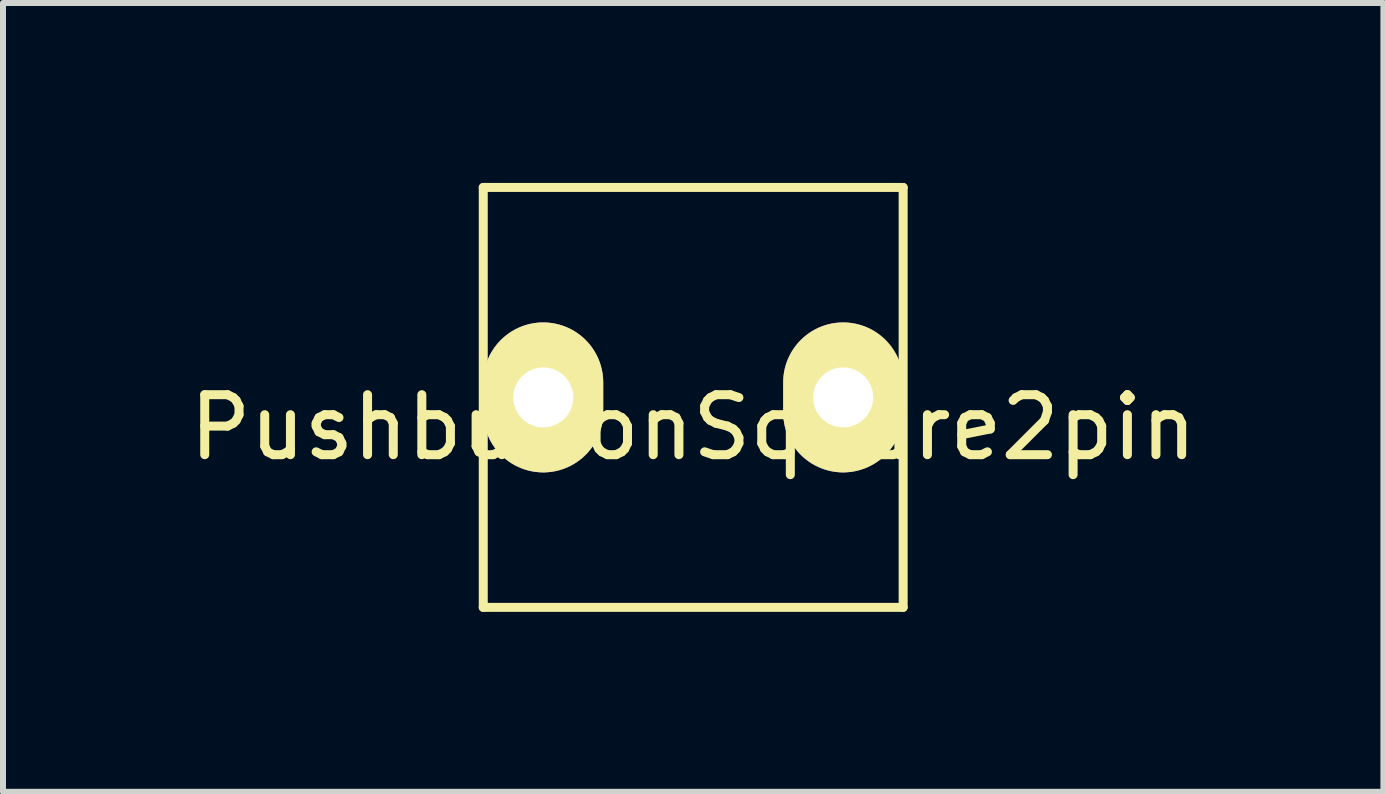
<source format=kicad_pcb>
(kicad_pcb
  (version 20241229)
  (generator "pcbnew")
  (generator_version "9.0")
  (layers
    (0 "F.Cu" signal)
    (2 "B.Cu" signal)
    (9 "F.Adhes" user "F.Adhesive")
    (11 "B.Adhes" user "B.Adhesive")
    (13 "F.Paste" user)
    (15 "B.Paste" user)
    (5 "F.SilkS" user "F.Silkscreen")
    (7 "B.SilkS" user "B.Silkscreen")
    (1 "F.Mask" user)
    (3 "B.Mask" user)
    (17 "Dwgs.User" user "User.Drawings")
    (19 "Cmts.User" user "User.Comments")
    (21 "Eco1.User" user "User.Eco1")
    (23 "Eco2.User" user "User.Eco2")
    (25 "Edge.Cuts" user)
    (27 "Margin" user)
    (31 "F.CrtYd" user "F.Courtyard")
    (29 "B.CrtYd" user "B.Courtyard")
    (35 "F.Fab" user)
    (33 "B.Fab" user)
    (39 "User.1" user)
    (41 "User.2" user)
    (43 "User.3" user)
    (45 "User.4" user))
  (footprint "PushbuttonSquare2pin"
    (layer "F.Cu")
    (at 8.506 3.575)
    (property "Reference" "PushbuttonSquare2pin" (at 0 0.5 0) (layer "F.SilkS") (effects (font (size 1 1) (thickness 0.15))))
    (attr through_hole)
    (fp_line (start -3.5 -3.5) (end 3.5 -3.5) (stroke (width 0.15) (type solid)) (layer "F.SilkS"))
    (fp_line (start -3.5 3.5) (end -3.5 -3.5) (stroke (width 0.15) (type solid)) (layer "F.SilkS"))
    (fp_line (start 3.5 -3.5) (end 3.5 3.5) (stroke (width 0.15) (type solid)) (layer "F.SilkS"))
    (fp_line (start 3.5 3.5) (end -3.5 3.5) (stroke (width 0.15) (type solid)) (layer "F.SilkS"))
    (pad "1" thru_hole oval (at 2.5 0 90) (size 2.5 2) (drill 1) (layers "*.Cu" "*.Mask" "F.SilkS"))
    (pad "2" thru_hole oval (at -2.5 0 90) (size 2.5 2) (drill 1) (layers "*.Cu" "*.Mask" "F.SilkS")))
  (gr_rect
    (start -3 -3)
    (end 20.012 10.15)
    (stroke (width 0.1) (type default))
    (fill no)
    (layer "Edge.Cuts")))
</source>
